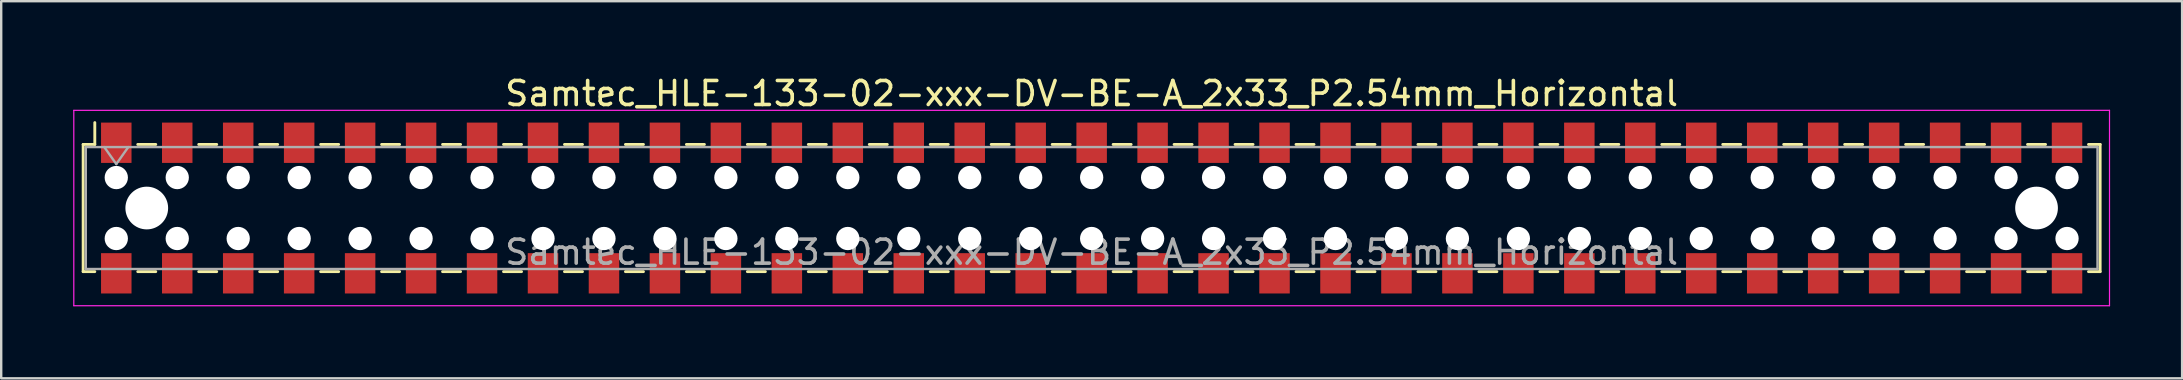
<source format=kicad_pcb>
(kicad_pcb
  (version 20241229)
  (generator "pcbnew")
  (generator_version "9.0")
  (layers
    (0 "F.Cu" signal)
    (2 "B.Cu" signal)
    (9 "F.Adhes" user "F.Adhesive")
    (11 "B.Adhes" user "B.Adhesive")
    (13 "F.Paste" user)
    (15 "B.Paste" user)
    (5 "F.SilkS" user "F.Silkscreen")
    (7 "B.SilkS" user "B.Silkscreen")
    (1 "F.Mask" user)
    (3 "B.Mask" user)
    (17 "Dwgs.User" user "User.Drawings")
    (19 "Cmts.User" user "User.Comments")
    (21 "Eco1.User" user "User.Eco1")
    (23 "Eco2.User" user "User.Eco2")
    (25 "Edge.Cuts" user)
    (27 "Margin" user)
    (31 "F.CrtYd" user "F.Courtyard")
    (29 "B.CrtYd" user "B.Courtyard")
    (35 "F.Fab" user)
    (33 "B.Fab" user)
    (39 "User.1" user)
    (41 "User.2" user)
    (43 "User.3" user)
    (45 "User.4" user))
  (footprint "Samtec_HLE-133-02-xxx-DV-BE-A_2x33_P2.54mm_Horizontal"
    (layer "F.Cu")
    (at 42.435 5.618)
    (property "Reference" "Samtec_HLE-133-02-xxx-DV-BE-A_2x33_P2.54mm_Horizontal" (at 0 -4.77 0) (layer "F.SilkS") (effects (font (size 1 1) (thickness 0.15))))
    (attr smd)
    (fp_line (start -42.02 -2.65) (end -42.02 2.65) (stroke (width 0.12) (type solid)) (layer "F.SilkS"))
    (fp_line (start -42.02 2.65) (end -41.535 2.65) (stroke (width 0.12) (type solid)) (layer "F.SilkS"))
    (fp_line (start -41.535 -3.56) (end -41.535 -2.65) (stroke (width 0.12) (type solid)) (layer "F.SilkS"))
    (fp_line (start -41.535 -2.65) (end -42.02 -2.65) (stroke (width 0.12) (type solid)) (layer "F.SilkS"))
    (fp_line (start -39.745 -2.65) (end -38.995 -2.65) (stroke (width 0.12) (type solid)) (layer "F.SilkS"))
    (fp_line (start -39.745 2.65) (end -38.995 2.65) (stroke (width 0.12) (type solid)) (layer "F.SilkS"))
    (fp_line (start -37.205 -2.65) (end -36.455 -2.65) (stroke (width 0.12) (type solid)) (layer "F.SilkS"))
    (fp_line (start -37.205 2.65) (end -36.455 2.65) (stroke (width 0.12) (type solid)) (layer "F.SilkS"))
    (fp_line (start -34.665 -2.65) (end -33.915 -2.65) (stroke (width 0.12) (type solid)) (layer "F.SilkS"))
    (fp_line (start -34.665 2.65) (end -33.915 2.65) (stroke (width 0.12) (type solid)) (layer "F.SilkS"))
    (fp_line (start -32.125 -2.65) (end -31.375 -2.65) (stroke (width 0.12) (type solid)) (layer "F.SilkS"))
    (fp_line (start -32.125 2.65) (end -31.375 2.65) (stroke (width 0.12) (type solid)) (layer "F.SilkS"))
    (fp_line (start -29.585 -2.65) (end -28.835 -2.65) (stroke (width 0.12) (type solid)) (layer "F.SilkS"))
    (fp_line (start -29.585 2.65) (end -28.835 2.65) (stroke (width 0.12) (type solid)) (layer "F.SilkS"))
    (fp_line (start -27.045 -2.65) (end -26.295 -2.65) (stroke (width 0.12) (type solid)) (layer "F.SilkS"))
    (fp_line (start -27.045 2.65) (end -26.295 2.65) (stroke (width 0.12) (type solid)) (layer "F.SilkS"))
    (fp_line (start -24.505 -2.65) (end -23.755 -2.65) (stroke (width 0.12) (type solid)) (layer "F.SilkS"))
    (fp_line (start -24.505 2.65) (end -23.755 2.65) (stroke (width 0.12) (type solid)) (layer "F.SilkS"))
    (fp_line (start -21.965 -2.65) (end -21.215 -2.65) (stroke (width 0.12) (type solid)) (layer "F.SilkS"))
    (fp_line (start -21.965 2.65) (end -21.215 2.65) (stroke (width 0.12) (type solid)) (layer "F.SilkS"))
    (fp_line (start -19.425 -2.65) (end -18.675 -2.65) (stroke (width 0.12) (type solid)) (layer "F.SilkS"))
    (fp_line (start -19.425 2.65) (end -18.675 2.65) (stroke (width 0.12) (type solid)) (layer "F.SilkS"))
    (fp_line (start -16.885 -2.65) (end -16.135 -2.65) (stroke (width 0.12) (type solid)) (layer "F.SilkS"))
    (fp_line (start -16.885 2.65) (end -16.135 2.65) (stroke (width 0.12) (type solid)) (layer "F.SilkS"))
    (fp_line (start -14.345 -2.65) (end -13.595 -2.65) (stroke (width 0.12) (type solid)) (layer "F.SilkS"))
    (fp_line (start -14.345 2.65) (end -13.595 2.65) (stroke (width 0.12) (type solid)) (layer "F.SilkS"))
    (fp_line (start -11.805 -2.65) (end -11.055 -2.65) (stroke (width 0.12) (type solid)) (layer "F.SilkS"))
    (fp_line (start -11.805 2.65) (end -11.055 2.65) (stroke (width 0.12) (type solid)) (layer "F.SilkS"))
    (fp_line (start -9.265 -2.65) (end -8.515 -2.65) (stroke (width 0.12) (type solid)) (layer "F.SilkS"))
    (fp_line (start -9.265 2.65) (end -8.515 2.65) (stroke (width 0.12) (type solid)) (layer "F.SilkS"))
    (fp_line (start -6.725 -2.65) (end -5.975 -2.65) (stroke (width 0.12) (type solid)) (layer "F.SilkS"))
    (fp_line (start -6.725 2.65) (end -5.975 2.65) (stroke (width 0.12) (type solid)) (layer "F.SilkS"))
    (fp_line (start -4.185 -2.65) (end -3.435 -2.65) (stroke (width 0.12) (type solid)) (layer "F.SilkS"))
    (fp_line (start -4.185 2.65) (end -3.435 2.65) (stroke (width 0.12) (type solid)) (layer "F.SilkS"))
    (fp_line (start -1.645 -2.65) (end -0.895 -2.65) (stroke (width 0.12) (type solid)) (layer "F.SilkS"))
    (fp_line (start -1.645 2.65) (end -0.895 2.65) (stroke (width 0.12) (type solid)) (layer "F.SilkS"))
    (fp_line (start 0.895 -2.65) (end 1.645 -2.65) (stroke (width 0.12) (type solid)) (layer "F.SilkS"))
    (fp_line (start 0.895 2.65) (end 1.645 2.65) (stroke (width 0.12) (type solid)) (layer "F.SilkS"))
    (fp_line (start 3.435 -2.65) (end 4.185 -2.65) (stroke (width 0.12) (type solid)) (layer "F.SilkS"))
    (fp_line (start 3.435 2.65) (end 4.185 2.65) (stroke (width 0.12) (type solid)) (layer "F.SilkS"))
    (fp_line (start 5.975 -2.65) (end 6.725 -2.65) (stroke (width 0.12) (type solid)) (layer "F.SilkS"))
    (fp_line (start 5.975 2.65) (end 6.725 2.65) (stroke (width 0.12) (type solid)) (layer "F.SilkS"))
    (fp_line (start 8.515 -2.65) (end 9.265 -2.65) (stroke (width 0.12) (type solid)) (layer "F.SilkS"))
    (fp_line (start 8.515 2.65) (end 9.265 2.65) (stroke (width 0.12) (type solid)) (layer "F.SilkS"))
    (fp_line (start 11.055 -2.65) (end 11.805 -2.65) (stroke (width 0.12) (type solid)) (layer "F.SilkS"))
    (fp_line (start 11.055 2.65) (end 11.805 2.65) (stroke (width 0.12) (type solid)) (layer "F.SilkS"))
    (fp_line (start 13.595 -2.65) (end 14.345 -2.65) (stroke (width 0.12) (type solid)) (layer "F.SilkS"))
    (fp_line (start 13.595 2.65) (end 14.345 2.65) (stroke (width 0.12) (type solid)) (layer "F.SilkS"))
    (fp_line (start 16.135 -2.65) (end 16.885 -2.65) (stroke (width 0.12) (type solid)) (layer "F.SilkS"))
    (fp_line (start 16.135 2.65) (end 16.885 2.65) (stroke (width 0.12) (type solid)) (layer "F.SilkS"))
    (fp_line (start 18.675 -2.65) (end 19.425 -2.65) (stroke (width 0.12) (type solid)) (layer "F.SilkS"))
    (fp_line (start 18.675 2.65) (end 19.425 2.65) (stroke (width 0.12) (type solid)) (layer "F.SilkS"))
    (fp_line (start 21.215 -2.65) (end 21.965 -2.65) (stroke (width 0.12) (type solid)) (layer "F.SilkS"))
    (fp_line (start 21.215 2.65) (end 21.965 2.65) (stroke (width 0.12) (type solid)) (layer "F.SilkS"))
    (fp_line (start 23.755 -2.65) (end 24.505 -2.65) (stroke (width 0.12) (type solid)) (layer "F.SilkS"))
    (fp_line (start 23.755 2.65) (end 24.505 2.65) (stroke (width 0.12) (type solid)) (layer "F.SilkS"))
    (fp_line (start 26.295 -2.65) (end 27.045 -2.65) (stroke (width 0.12) (type solid)) (layer "F.SilkS"))
    (fp_line (start 26.295 2.65) (end 27.045 2.65) (stroke (width 0.12) (type solid)) (layer "F.SilkS"))
    (fp_line (start 28.835 -2.65) (end 29.585 -2.65) (stroke (width 0.12) (type solid)) (layer "F.SilkS"))
    (fp_line (start 28.835 2.65) (end 29.585 2.65) (stroke (width 0.12) (type solid)) (layer "F.SilkS"))
    (fp_line (start 31.375 -2.65) (end 32.125 -2.65) (stroke (width 0.12) (type solid)) (layer "F.SilkS"))
    (fp_line (start 31.375 2.65) (end 32.125 2.65) (stroke (width 0.12) (type solid)) (layer "F.SilkS"))
    (fp_line (start 33.915 -2.65) (end 34.665 -2.65) (stroke (width 0.12) (type solid)) (layer "F.SilkS"))
    (fp_line (start 33.915 2.65) (end 34.665 2.65) (stroke (width 0.12) (type solid)) (layer "F.SilkS"))
    (fp_line (start 36.455 -2.65) (end 37.205 -2.65) (stroke (width 0.12) (type solid)) (layer "F.SilkS"))
    (fp_line (start 36.455 2.65) (end 37.205 2.65) (stroke (width 0.12) (type solid)) (layer "F.SilkS"))
    (fp_line (start 38.995 -2.65) (end 39.745 -2.65) (stroke (width 0.12) (type solid)) (layer "F.SilkS"))
    (fp_line (start 38.995 2.65) (end 39.745 2.65) (stroke (width 0.12) (type solid)) (layer "F.SilkS"))
    (fp_line (start 41.535 -2.65) (end 42.02 -2.65) (stroke (width 0.12) (type solid)) (layer "F.SilkS"))
    (fp_line (start 42.02 -2.65) (end 42.02 2.65) (stroke (width 0.12) (type solid)) (layer "F.SilkS"))
    (fp_line (start 42.02 2.65) (end 41.535 2.65) (stroke (width 0.12) (type solid)) (layer "F.SilkS"))
    (fp_line (start -42.41 -4.07) (end 42.41 -4.07) (stroke (width 0.05) (type solid)) (layer "F.CrtYd"))
    (fp_line (start -42.41 4.07) (end -42.41 -4.07) (stroke (width 0.05) (type solid)) (layer "F.CrtYd"))
    (fp_line (start 42.41 -4.07) (end 42.41 4.07) (stroke (width 0.05) (type solid)) (layer "F.CrtYd"))
    (fp_line (start 42.41 4.07) (end -42.41 4.07) (stroke (width 0.05) (type solid)) (layer "F.CrtYd"))
    (fp_line (start -41.91 -2.54) (end 41.91 -2.54) (stroke (width 0.1) (type solid)) (layer "F.Fab"))
    (fp_line (start -41.91 2.54) (end -41.91 -2.54) (stroke (width 0.1) (type solid)) (layer "F.Fab"))
    (fp_line (start -41.14 -2.54) (end -40.64 -1.833) (stroke (width 0.1) (type solid)) (layer "F.Fab"))
    (fp_line (start -40.64 -1.833) (end -40.14 -2.54) (stroke (width 0.1) (type solid)) (layer "F.Fab"))
    (fp_line (start 41.91 -2.54) (end 41.91 2.54) (stroke (width 0.1) (type solid)) (layer "F.Fab"))
    (fp_line (start 41.91 2.54) (end -41.91 2.54) (stroke (width 0.1) (type solid)) (layer "F.Fab"))
    (fp_text user "${REFERENCE}" (at 0 1.84 0) (layer "F.Fab") (effects (font (size 1 1) (thickness 0.15))))
    (pad "" np_thru_hole circle (at -40.64 -1.27) (size 0.97 0.97) (drill 0.97) (layers "*.Cu" "*.Mask"))
    (pad "" np_thru_hole circle (at -40.64 1.27) (size 0.97 0.97) (drill 0.97) (layers "*.Cu" "*.Mask"))
    (pad "" np_thru_hole circle (at -39.37 0) (size 1.78 1.78) (drill 1.78) (layers "*.Cu" "*.Mask"))
    (pad "" np_thru_hole circle (at -38.1 -1.27) (size 0.97 0.97) (drill 0.97) (layers "*.Cu" "*.Mask"))
    (pad "" np_thru_hole circle (at -38.1 1.27) (size 0.97 0.97) (drill 0.97) (layers "*.Cu" "*.Mask"))
    (pad "" np_thru_hole circle (at -35.56 -1.27) (size 0.97 0.97) (drill 0.97) (layers "*.Cu" "*.Mask"))
    (pad "" np_thru_hole circle (at -35.56 1.27) (size 0.97 0.97) (drill 0.97) (layers "*.Cu" "*.Mask"))
    (pad "" np_thru_hole circle (at -33.02 -1.27) (size 0.97 0.97) (drill 0.97) (layers "*.Cu" "*.Mask"))
    (pad "" np_thru_hole circle (at -33.02 1.27) (size 0.97 0.97) (drill 0.97) (layers "*.Cu" "*.Mask"))
    (pad "" np_thru_hole circle (at -30.48 -1.27) (size 0.97 0.97) (drill 0.97) (layers "*.Cu" "*.Mask"))
    (pad "" np_thru_hole circle (at -30.48 1.27) (size 0.97 0.97) (drill 0.97) (layers "*.Cu" "*.Mask"))
    (pad "" np_thru_hole circle (at -27.94 -1.27) (size 0.97 0.97) (drill 0.97) (layers "*.Cu" "*.Mask"))
    (pad "" np_thru_hole circle (at -27.94 1.27) (size 0.97 0.97) (drill 0.97) (layers "*.Cu" "*.Mask"))
    (pad "" np_thru_hole circle (at -25.4 -1.27) (size 0.97 0.97) (drill 0.97) (layers "*.Cu" "*.Mask"))
    (pad "" np_thru_hole circle (at -25.4 1.27) (size 0.97 0.97) (drill 0.97) (layers "*.Cu" "*.Mask"))
    (pad "" np_thru_hole circle (at -22.86 -1.27) (size 0.97 0.97) (drill 0.97) (layers "*.Cu" "*.Mask"))
    (pad "" np_thru_hole circle (at -22.86 1.27) (size 0.97 0.97) (drill 0.97) (layers "*.Cu" "*.Mask"))
    (pad "" np_thru_hole circle (at -20.32 -1.27) (size 0.97 0.97) (drill 0.97) (layers "*.Cu" "*.Mask"))
    (pad "" np_thru_hole circle (at -20.32 1.27) (size 0.97 0.97) (drill 0.97) (layers "*.Cu" "*.Mask"))
    (pad "" np_thru_hole circle (at -17.78 -1.27) (size 0.97 0.97) (drill 0.97) (layers "*.Cu" "*.Mask"))
    (pad "" np_thru_hole circle (at -17.78 1.27) (size 0.97 0.97) (drill 0.97) (layers "*.Cu" "*.Mask"))
    (pad "" np_thru_hole circle (at -15.24 -1.27) (size 0.97 0.97) (drill 0.97) (layers "*.Cu" "*.Mask"))
    (pad "" np_thru_hole circle (at -15.24 1.27) (size 0.97 0.97) (drill 0.97) (layers "*.Cu" "*.Mask"))
    (pad "" np_thru_hole circle (at -12.7 -1.27) (size 0.97 0.97) (drill 0.97) (layers "*.Cu" "*.Mask"))
    (pad "" np_thru_hole circle (at -12.7 1.27) (size 0.97 0.97) (drill 0.97) (layers "*.Cu" "*.Mask"))
    (pad "" np_thru_hole circle (at -10.16 -1.27) (size 0.97 0.97) (drill 0.97) (layers "*.Cu" "*.Mask"))
    (pad "" np_thru_hole circle (at -10.16 1.27) (size 0.97 0.97) (drill 0.97) (layers "*.Cu" "*.Mask"))
    (pad "" np_thru_hole circle (at -7.62 -1.27) (size 0.97 0.97) (drill 0.97) (layers "*.Cu" "*.Mask"))
    (pad "" np_thru_hole circle (at -7.62 1.27) (size 0.97 0.97) (drill 0.97) (layers "*.Cu" "*.Mask"))
    (pad "" np_thru_hole circle (at -5.08 -1.27) (size 0.97 0.97) (drill 0.97) (layers "*.Cu" "*.Mask"))
    (pad "" np_thru_hole circle (at -5.08 1.27) (size 0.97 0.97) (drill 0.97) (layers "*.Cu" "*.Mask"))
    (pad "" np_thru_hole circle (at -2.54 -1.27) (size 0.97 0.97) (drill 0.97) (layers "*.Cu" "*.Mask"))
    (pad "" np_thru_hole circle (at -2.54 1.27) (size 0.97 0.97) (drill 0.97) (layers "*.Cu" "*.Mask"))
    (pad "" np_thru_hole circle (at 0 -1.27) (size 0.97 0.97) (drill 0.97) (layers "*.Cu" "*.Mask"))
    (pad "" np_thru_hole circle (at 0 1.27) (size 0.97 0.97) (drill 0.97) (layers "*.Cu" "*.Mask"))
    (pad "" np_thru_hole circle (at 2.54 -1.27) (size 0.97 0.97) (drill 0.97) (layers "*.Cu" "*.Mask"))
    (pad "" np_thru_hole circle (at 2.54 1.27) (size 0.97 0.97) (drill 0.97) (layers "*.Cu" "*.Mask"))
    (pad "" np_thru_hole circle (at 5.08 -1.27) (size 0.97 0.97) (drill 0.97) (layers "*.Cu" "*.Mask"))
    (pad "" np_thru_hole circle (at 5.08 1.27) (size 0.97 0.97) (drill 0.97) (layers "*.Cu" "*.Mask"))
    (pad "" np_thru_hole circle (at 7.62 -1.27) (size 0.97 0.97) (drill 0.97) (layers "*.Cu" "*.Mask"))
    (pad "" np_thru_hole circle (at 7.62 1.27) (size 0.97 0.97) (drill 0.97) (layers "*.Cu" "*.Mask"))
    (pad "" np_thru_hole circle (at 10.16 -1.27) (size 0.97 0.97) (drill 0.97) (layers "*.Cu" "*.Mask"))
    (pad "" np_thru_hole circle (at 10.16 1.27) (size 0.97 0.97) (drill 0.97) (layers "*.Cu" "*.Mask"))
    (pad "" np_thru_hole circle (at 12.7 -1.27) (size 0.97 0.97) (drill 0.97) (layers "*.Cu" "*.Mask"))
    (pad "" np_thru_hole circle (at 12.7 1.27) (size 0.97 0.97) (drill 0.97) (layers "*.Cu" "*.Mask"))
    (pad "" np_thru_hole circle (at 15.24 -1.27) (size 0.97 0.97) (drill 0.97) (layers "*.Cu" "*.Mask"))
    (pad "" np_thru_hole circle (at 15.24 1.27) (size 0.97 0.97) (drill 0.97) (layers "*.Cu" "*.Mask"))
    (pad "" np_thru_hole circle (at 17.78 -1.27) (size 0.97 0.97) (drill 0.97) (layers "*.Cu" "*.Mask"))
    (pad "" np_thru_hole circle (at 17.78 1.27) (size 0.97 0.97) (drill 0.97) (layers "*.Cu" "*.Mask"))
    (pad "" np_thru_hole circle (at 20.32 -1.27) (size 0.97 0.97) (drill 0.97) (layers "*.Cu" "*.Mask"))
    (pad "" np_thru_hole circle (at 20.32 1.27) (size 0.97 0.97) (drill 0.97) (layers "*.Cu" "*.Mask"))
    (pad "" np_thru_hole circle (at 22.86 -1.27) (size 0.97 0.97) (drill 0.97) (layers "*.Cu" "*.Mask"))
    (pad "" np_thru_hole circle (at 22.86 1.27) (size 0.97 0.97) (drill 0.97) (layers "*.Cu" "*.Mask"))
    (pad "" np_thru_hole circle (at 25.4 -1.27) (size 0.97 0.97) (drill 0.97) (layers "*.Cu" "*.Mask"))
    (pad "" np_thru_hole circle (at 25.4 1.27) (size 0.97 0.97) (drill 0.97) (layers "*.Cu" "*.Mask"))
    (pad "" np_thru_hole circle (at 27.94 -1.27) (size 0.97 0.97) (drill 0.97) (layers "*.Cu" "*.Mask"))
    (pad "" np_thru_hole circle (at 27.94 1.27) (size 0.97 0.97) (drill 0.97) (layers "*.Cu" "*.Mask"))
    (pad "" np_thru_hole circle (at 30.48 -1.27) (size 0.97 0.97) (drill 0.97) (layers "*.Cu" "*.Mask"))
    (pad "" np_thru_hole circle (at 30.48 1.27) (size 0.97 0.97) (drill 0.97) (layers "*.Cu" "*.Mask"))
    (pad "" np_thru_hole circle (at 33.02 -1.27) (size 0.97 0.97) (drill 0.97) (layers "*.Cu" "*.Mask"))
    (pad "" np_thru_hole circle (at 33.02 1.27) (size 0.97 0.97) (drill 0.97) (layers "*.Cu" "*.Mask"))
    (pad "" np_thru_hole circle (at 35.56 -1.27) (size 0.97 0.97) (drill 0.97) (layers "*.Cu" "*.Mask"))
    (pad "" np_thru_hole circle (at 35.56 1.27) (size 0.97 0.97) (drill 0.97) (layers "*.Cu" "*.Mask"))
    (pad "" np_thru_hole circle (at 38.1 -1.27) (size 0.97 0.97) (drill 0.97) (layers "*.Cu" "*.Mask"))
    (pad "" np_thru_hole circle (at 38.1 1.27) (size 0.97 0.97) (drill 0.97) (layers "*.Cu" "*.Mask"))
    (pad "" np_thru_hole circle (at 39.37 0) (size 1.78 1.78) (drill 1.78) (layers "*.Cu" "*.Mask"))
    (pad "" np_thru_hole circle (at 40.64 -1.27) (size 0.97 0.97) (drill 0.97) (layers "*.Cu" "*.Mask"))
    (pad "" np_thru_hole circle (at 40.64 1.27) (size 0.97 0.97) (drill 0.97) (layers "*.Cu" "*.Mask"))
    (pad "1" smd rect (at -40.64 -2.72) (size 1.27 1.68) (layers "F.Cu" "F.Mask" "F.Paste"))
    (pad "2" smd rect (at -40.64 2.72) (size 1.27 1.68) (layers "F.Cu" "F.Mask" "F.Paste"))
    (pad "3" smd rect (at -38.1 -2.72) (size 1.27 1.68) (layers "F.Cu" "F.Mask" "F.Paste"))
    (pad "4" smd rect (at -38.1 2.72) (size 1.27 1.68) (layers "F.Cu" "F.Mask" "F.Paste"))
    (pad "5" smd rect (at -35.56 -2.72) (size 1.27 1.68) (layers "F.Cu" "F.Mask" "F.Paste"))
    (pad "6" smd rect (at -35.56 2.72) (size 1.27 1.68) (layers "F.Cu" "F.Mask" "F.Paste"))
    (pad "7" smd rect (at -33.02 -2.72) (size 1.27 1.68) (layers "F.Cu" "F.Mask" "F.Paste"))
    (pad "8" smd rect (at -33.02 2.72) (size 1.27 1.68) (layers "F.Cu" "F.Mask" "F.Paste"))
    (pad "9" smd rect (at -30.48 -2.72) (size 1.27 1.68) (layers "F.Cu" "F.Mask" "F.Paste"))
    (pad "10" smd rect (at -30.48 2.72) (size 1.27 1.68) (layers "F.Cu" "F.Mask" "F.Paste"))
    (pad "11" smd rect (at -27.94 -2.72) (size 1.27 1.68) (layers "F.Cu" "F.Mask" "F.Paste"))
    (pad "12" smd rect (at -27.94 2.72) (size 1.27 1.68) (layers "F.Cu" "F.Mask" "F.Paste"))
    (pad "13" smd rect (at -25.4 -2.72) (size 1.27 1.68) (layers "F.Cu" "F.Mask" "F.Paste"))
    (pad "14" smd rect (at -25.4 2.72) (size 1.27 1.68) (layers "F.Cu" "F.Mask" "F.Paste"))
    (pad "15" smd rect (at -22.86 -2.72) (size 1.27 1.68) (layers "F.Cu" "F.Mask" "F.Paste"))
    (pad "16" smd rect (at -22.86 2.72) (size 1.27 1.68) (layers "F.Cu" "F.Mask" "F.Paste"))
    (pad "17" smd rect (at -20.32 -2.72) (size 1.27 1.68) (layers "F.Cu" "F.Mask" "F.Paste"))
    (pad "18" smd rect (at -20.32 2.72) (size 1.27 1.68) (layers "F.Cu" "F.Mask" "F.Paste"))
    (pad "19" smd rect (at -17.78 -2.72) (size 1.27 1.68) (layers "F.Cu" "F.Mask" "F.Paste"))
    (pad "20" smd rect (at -17.78 2.72) (size 1.27 1.68) (layers "F.Cu" "F.Mask" "F.Paste"))
    (pad "21" smd rect (at -15.24 -2.72) (size 1.27 1.68) (layers "F.Cu" "F.Mask" "F.Paste"))
    (pad "22" smd rect (at -15.24 2.72) (size 1.27 1.68) (layers "F.Cu" "F.Mask" "F.Paste"))
    (pad "23" smd rect (at -12.7 -2.72) (size 1.27 1.68) (layers "F.Cu" "F.Mask" "F.Paste"))
    (pad "24" smd rect (at -12.7 2.72) (size 1.27 1.68) (layers "F.Cu" "F.Mask" "F.Paste"))
    (pad "25" smd rect (at -10.16 -2.72) (size 1.27 1.68) (layers "F.Cu" "F.Mask" "F.Paste"))
    (pad "26" smd rect (at -10.16 2.72) (size 1.27 1.68) (layers "F.Cu" "F.Mask" "F.Paste"))
    (pad "27" smd rect (at -7.62 -2.72) (size 1.27 1.68) (layers "F.Cu" "F.Mask" "F.Paste"))
    (pad "28" smd rect (at -7.62 2.72) (size 1.27 1.68) (layers "F.Cu" "F.Mask" "F.Paste"))
    (pad "29" smd rect (at -5.08 -2.72) (size 1.27 1.68) (layers "F.Cu" "F.Mask" "F.Paste"))
    (pad "30" smd rect (at -5.08 2.72) (size 1.27 1.68) (layers "F.Cu" "F.Mask" "F.Paste"))
    (pad "31" smd rect (at -2.54 -2.72) (size 1.27 1.68) (layers "F.Cu" "F.Mask" "F.Paste"))
    (pad "32" smd rect (at -2.54 2.72) (size 1.27 1.68) (layers "F.Cu" "F.Mask" "F.Paste"))
    (pad "33" smd rect (at 0 -2.72) (size 1.27 1.68) (layers "F.Cu" "F.Mask" "F.Paste"))
    (pad "34" smd rect (at 0 2.72) (size 1.27 1.68) (layers "F.Cu" "F.Mask" "F.Paste"))
    (pad "35" smd rect (at 2.54 -2.72) (size 1.27 1.68) (layers "F.Cu" "F.Mask" "F.Paste"))
    (pad "36" smd rect (at 2.54 2.72) (size 1.27 1.68) (layers "F.Cu" "F.Mask" "F.Paste"))
    (pad "37" smd rect (at 5.08 -2.72) (size 1.27 1.68) (layers "F.Cu" "F.Mask" "F.Paste"))
    (pad "38" smd rect (at 5.08 2.72) (size 1.27 1.68) (layers "F.Cu" "F.Mask" "F.Paste"))
    (pad "39" smd rect (at 7.62 -2.72) (size 1.27 1.68) (layers "F.Cu" "F.Mask" "F.Paste"))
    (pad "40" smd rect (at 7.62 2.72) (size 1.27 1.68) (layers "F.Cu" "F.Mask" "F.Paste"))
    (pad "41" smd rect (at 10.16 -2.72) (size 1.27 1.68) (layers "F.Cu" "F.Mask" "F.Paste"))
    (pad "42" smd rect (at 10.16 2.72) (size 1.27 1.68) (layers "F.Cu" "F.Mask" "F.Paste"))
    (pad "43" smd rect (at 12.7 -2.72) (size 1.27 1.68) (layers "F.Cu" "F.Mask" "F.Paste"))
    (pad "44" smd rect (at 12.7 2.72) (size 1.27 1.68) (layers "F.Cu" "F.Mask" "F.Paste"))
    (pad "45" smd rect (at 15.24 -2.72) (size 1.27 1.68) (layers "F.Cu" "F.Mask" "F.Paste"))
    (pad "46" smd rect (at 15.24 2.72) (size 1.27 1.68) (layers "F.Cu" "F.Mask" "F.Paste"))
    (pad "47" smd rect (at 17.78 -2.72) (size 1.27 1.68) (layers "F.Cu" "F.Mask" "F.Paste"))
    (pad "48" smd rect (at 17.78 2.72) (size 1.27 1.68) (layers "F.Cu" "F.Mask" "F.Paste"))
    (pad "49" smd rect (at 20.32 -2.72) (size 1.27 1.68) (layers "F.Cu" "F.Mask" "F.Paste"))
    (pad "50" smd rect (at 20.32 2.72) (size 1.27 1.68) (layers "F.Cu" "F.Mask" "F.Paste"))
    (pad "51" smd rect (at 22.86 -2.72) (size 1.27 1.68) (layers "F.Cu" "F.Mask" "F.Paste"))
    (pad "52" smd rect (at 22.86 2.72) (size 1.27 1.68) (layers "F.Cu" "F.Mask" "F.Paste"))
    (pad "53" smd rect (at 25.4 -2.72) (size 1.27 1.68) (layers "F.Cu" "F.Mask" "F.Paste"))
    (pad "54" smd rect (at 25.4 2.72) (size 1.27 1.68) (layers "F.Cu" "F.Mask" "F.Paste"))
    (pad "55" smd rect (at 27.94 -2.72) (size 1.27 1.68) (layers "F.Cu" "F.Mask" "F.Paste"))
    (pad "56" smd rect (at 27.94 2.72) (size 1.27 1.68) (layers "F.Cu" "F.Mask" "F.Paste"))
    (pad "57" smd rect (at 30.48 -2.72) (size 1.27 1.68) (layers "F.Cu" "F.Mask" "F.Paste"))
    (pad "58" smd rect (at 30.48 2.72) (size 1.27 1.68) (layers "F.Cu" "F.Mask" "F.Paste"))
    (pad "59" smd rect (at 33.02 -2.72) (size 1.27 1.68) (layers "F.Cu" "F.Mask" "F.Paste"))
    (pad "60" smd rect (at 33.02 2.72) (size 1.27 1.68) (layers "F.Cu" "F.Mask" "F.Paste"))
    (pad "61" smd rect (at 35.56 -2.72) (size 1.27 1.68) (layers "F.Cu" "F.Mask" "F.Paste"))
    (pad "62" smd rect (at 35.56 2.72) (size 1.27 1.68) (layers "F.Cu" "F.Mask" "F.Paste"))
    (pad "63" smd rect (at 38.1 -2.72) (size 1.27 1.68) (layers "F.Cu" "F.Mask" "F.Paste"))
    (pad "64" smd rect (at 38.1 2.72) (size 1.27 1.68) (layers "F.Cu" "F.Mask" "F.Paste"))
    (pad "65" smd rect (at 40.64 -2.72) (size 1.27 1.68) (layers "F.Cu" "F.Mask" "F.Paste"))
    (pad "66" smd rect (at 40.64 2.72) (size 1.27 1.68) (layers "F.Cu" "F.Mask" "F.Paste")))
  (gr_rect
    (start -3 -3)
    (end 87.87 12.713)
    (stroke (width 0.1) (type default))
    (fill no)
    (layer "Edge.Cuts")))
</source>
